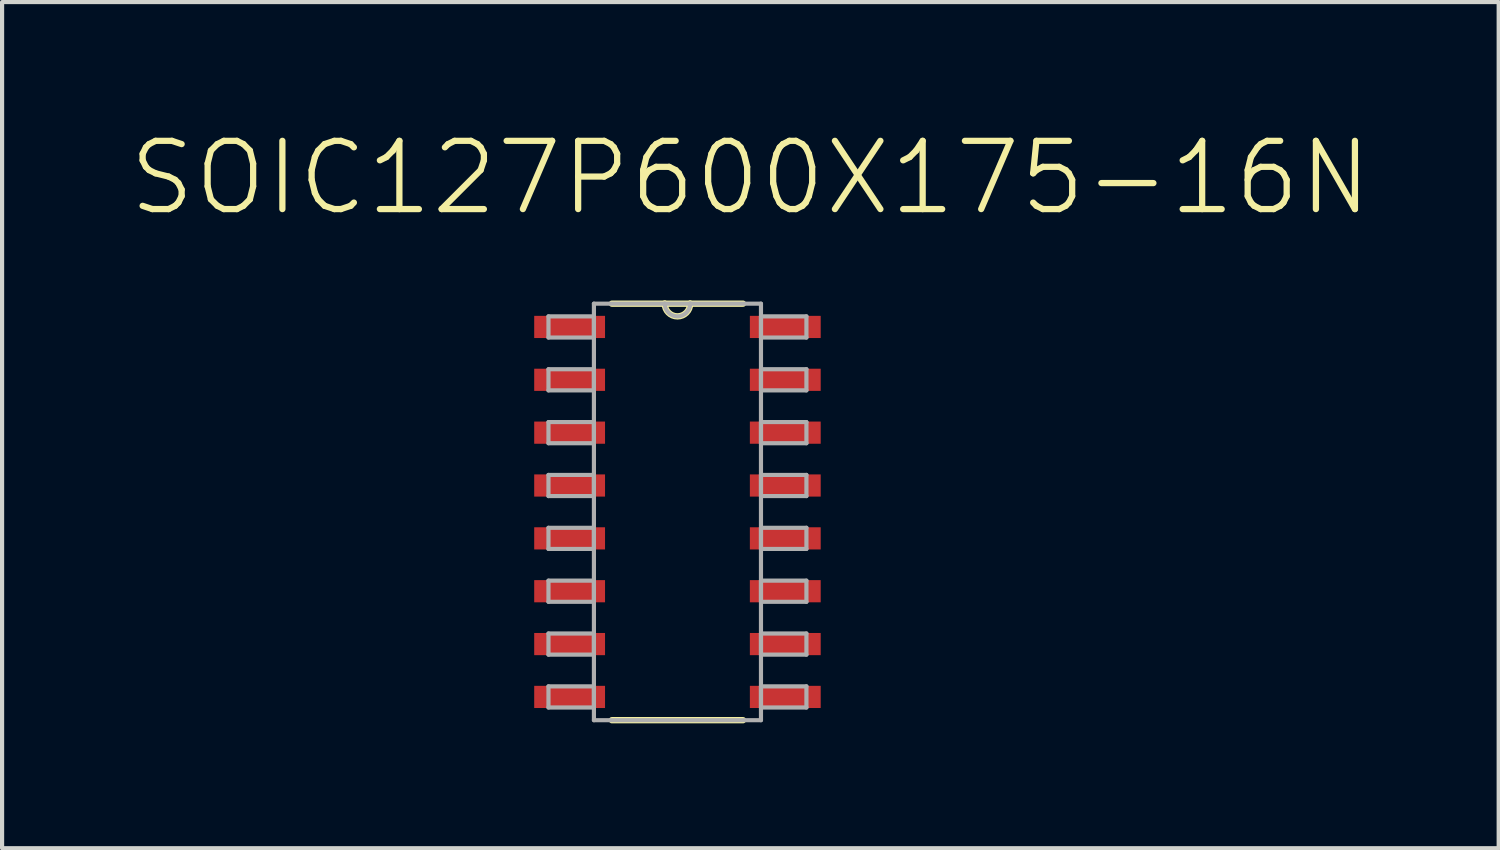
<source format=kicad_pcb>
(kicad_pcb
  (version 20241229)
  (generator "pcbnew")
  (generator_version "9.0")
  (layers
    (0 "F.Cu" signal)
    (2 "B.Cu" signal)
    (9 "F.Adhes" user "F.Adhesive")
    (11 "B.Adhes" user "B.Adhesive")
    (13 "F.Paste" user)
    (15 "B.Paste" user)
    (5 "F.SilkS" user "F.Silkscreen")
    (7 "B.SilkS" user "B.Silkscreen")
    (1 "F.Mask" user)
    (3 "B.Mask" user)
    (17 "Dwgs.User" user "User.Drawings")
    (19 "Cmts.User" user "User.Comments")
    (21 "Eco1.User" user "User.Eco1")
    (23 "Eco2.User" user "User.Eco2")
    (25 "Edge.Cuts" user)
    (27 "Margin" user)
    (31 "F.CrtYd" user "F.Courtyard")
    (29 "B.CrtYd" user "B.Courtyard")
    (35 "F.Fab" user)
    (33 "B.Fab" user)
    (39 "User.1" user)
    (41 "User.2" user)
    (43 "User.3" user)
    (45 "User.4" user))
  (footprint "SOIC127P600X175-16N"
    (layer "F.Cu")
    (at 13.228 9.251)
    (property "Reference" "SOIC127P600X175-16N" (at 1.753 -8.028 0) (layer "F.SilkS") (effects (font (size 1.64 1.64) (thickness 0.15))))
    (attr smd)
    (fp_line (start -1.575 5.004) (end 1.575 5.004) (stroke (width 0.152) (type solid)) (layer "F.SilkS"))
    (fp_line (start -0.305 -5.004) (end -1.575 -5.004) (stroke (width 0.152) (type solid)) (layer "F.SilkS"))
    (fp_line (start 0.305 -5.004) (end -0.305 -5.004) (stroke (width 0.152) (type solid)) (layer "F.SilkS"))
    (fp_line (start 1.575 -5.004) (end 0.305 -5.004) (stroke (width 0.152) (type solid)) (layer "F.SilkS"))
    (fp_arc (start 0.3048 -5.0038) (mid 0 -4.699) (end -0.3048 -5.0038) (stroke (width 0.1524) (type solid)) (layer "F.SilkS"))
    (fp_line (start -3.099 -4.699) (end -3.099 -4.191) (stroke (width 0.1) (type solid)) (layer "F.Fab"))
    (fp_line (start -3.099 -4.191) (end -2.007 -4.191) (stroke (width 0.1) (type solid)) (layer "F.Fab"))
    (fp_line (start -3.099 -3.429) (end -3.099 -2.921) (stroke (width 0.1) (type solid)) (layer "F.Fab"))
    (fp_line (start -3.099 -2.921) (end -2.007 -2.921) (stroke (width 0.1) (type solid)) (layer "F.Fab"))
    (fp_line (start -3.099 -2.159) (end -3.099 -1.651) (stroke (width 0.1) (type solid)) (layer "F.Fab"))
    (fp_line (start -3.099 -1.651) (end -2.007 -1.651) (stroke (width 0.1) (type solid)) (layer "F.Fab"))
    (fp_line (start -3.099 -0.889) (end -3.099 -0.381) (stroke (width 0.1) (type solid)) (layer "F.Fab"))
    (fp_line (start -3.099 -0.381) (end -2.007 -0.381) (stroke (width 0.1) (type solid)) (layer "F.Fab"))
    (fp_line (start -3.099 0.381) (end -3.099 0.889) (stroke (width 0.1) (type solid)) (layer "F.Fab"))
    (fp_line (start -3.099 0.889) (end -2.007 0.889) (stroke (width 0.1) (type solid)) (layer "F.Fab"))
    (fp_line (start -3.099 1.651) (end -3.099 2.159) (stroke (width 0.1) (type solid)) (layer "F.Fab"))
    (fp_line (start -3.099 2.159) (end -2.007 2.159) (stroke (width 0.1) (type solid)) (layer "F.Fab"))
    (fp_line (start -3.099 2.921) (end -3.099 3.429) (stroke (width 0.1) (type solid)) (layer "F.Fab"))
    (fp_line (start -3.099 3.429) (end -2.007 3.429) (stroke (width 0.1) (type solid)) (layer "F.Fab"))
    (fp_line (start -3.099 4.191) (end -3.099 4.699) (stroke (width 0.1) (type solid)) (layer "F.Fab"))
    (fp_line (start -3.099 4.699) (end -2.007 4.699) (stroke (width 0.1) (type solid)) (layer "F.Fab"))
    (fp_line (start -2.007 -5.004) (end -2.007 5.004) (stroke (width 0.1) (type solid)) (layer "F.Fab"))
    (fp_line (start -2.007 -4.699) (end -3.099 -4.699) (stroke (width 0.1) (type solid)) (layer "F.Fab"))
    (fp_line (start -2.007 -4.191) (end -2.007 -4.699) (stroke (width 0.1) (type solid)) (layer "F.Fab"))
    (fp_line (start -2.007 -3.429) (end -3.099 -3.429) (stroke (width 0.1) (type solid)) (layer "F.Fab"))
    (fp_line (start -2.007 -2.921) (end -2.007 -3.429) (stroke (width 0.1) (type solid)) (layer "F.Fab"))
    (fp_line (start -2.007 -2.159) (end -3.099 -2.159) (stroke (width 0.1) (type solid)) (layer "F.Fab"))
    (fp_line (start -2.007 -1.651) (end -2.007 -2.159) (stroke (width 0.1) (type solid)) (layer "F.Fab"))
    (fp_line (start -2.007 -0.889) (end -3.099 -0.889) (stroke (width 0.1) (type solid)) (layer "F.Fab"))
    (fp_line (start -2.007 -0.381) (end -2.007 -0.889) (stroke (width 0.1) (type solid)) (layer "F.Fab"))
    (fp_line (start -2.007 0.381) (end -3.099 0.381) (stroke (width 0.1) (type solid)) (layer "F.Fab"))
    (fp_line (start -2.007 0.889) (end -2.007 0.381) (stroke (width 0.1) (type solid)) (layer "F.Fab"))
    (fp_line (start -2.007 1.651) (end -3.099 1.651) (stroke (width 0.1) (type solid)) (layer "F.Fab"))
    (fp_line (start -2.007 2.159) (end -2.007 1.651) (stroke (width 0.1) (type solid)) (layer "F.Fab"))
    (fp_line (start -2.007 2.921) (end -3.099 2.921) (stroke (width 0.1) (type solid)) (layer "F.Fab"))
    (fp_line (start -2.007 3.429) (end -2.007 2.921) (stroke (width 0.1) (type solid)) (layer "F.Fab"))
    (fp_line (start -2.007 4.191) (end -3.099 4.191) (stroke (width 0.1) (type solid)) (layer "F.Fab"))
    (fp_line (start -2.007 4.699) (end -2.007 4.191) (stroke (width 0.1) (type solid)) (layer "F.Fab"))
    (fp_line (start -2.007 5.004) (end 2.007 5.004) (stroke (width 0.1) (type solid)) (layer "F.Fab"))
    (fp_line (start -0.305 -5.004) (end -2.007 -5.004) (stroke (width 0.1) (type solid)) (layer "F.Fab"))
    (fp_line (start 0.305 -5.004) (end -0.305 -5.004) (stroke (width 0.1) (type solid)) (layer "F.Fab"))
    (fp_line (start 2.007 -5.004) (end 0.305 -5.004) (stroke (width 0.1) (type solid)) (layer "F.Fab"))
    (fp_line (start 2.007 -4.699) (end 2.007 -4.191) (stroke (width 0.1) (type solid)) (layer "F.Fab"))
    (fp_line (start 2.007 -4.191) (end 3.099 -4.191) (stroke (width 0.1) (type solid)) (layer "F.Fab"))
    (fp_line (start 2.007 -3.429) (end 2.007 -2.921) (stroke (width 0.1) (type solid)) (layer "F.Fab"))
    (fp_line (start 2.007 -2.921) (end 3.099 -2.921) (stroke (width 0.1) (type solid)) (layer "F.Fab"))
    (fp_line (start 2.007 -2.159) (end 2.007 -1.651) (stroke (width 0.1) (type solid)) (layer "F.Fab"))
    (fp_line (start 2.007 -1.651) (end 3.099 -1.651) (stroke (width 0.1) (type solid)) (layer "F.Fab"))
    (fp_line (start 2.007 -0.889) (end 2.007 -0.381) (stroke (width 0.1) (type solid)) (layer "F.Fab"))
    (fp_line (start 2.007 -0.381) (end 3.099 -0.381) (stroke (width 0.1) (type solid)) (layer "F.Fab"))
    (fp_line (start 2.007 0.381) (end 2.007 0.889) (stroke (width 0.1) (type solid)) (layer "F.Fab"))
    (fp_line (start 2.007 0.889) (end 3.099 0.889) (stroke (width 0.1) (type solid)) (layer "F.Fab"))
    (fp_line (start 2.007 1.651) (end 2.007 2.159) (stroke (width 0.1) (type solid)) (layer "F.Fab"))
    (fp_line (start 2.007 2.159) (end 3.099 2.159) (stroke (width 0.1) (type solid)) (layer "F.Fab"))
    (fp_line (start 2.007 2.921) (end 2.007 3.429) (stroke (width 0.1) (type solid)) (layer "F.Fab"))
    (fp_line (start 2.007 3.429) (end 3.099 3.429) (stroke (width 0.1) (type solid)) (layer "F.Fab"))
    (fp_line (start 2.007 4.191) (end 2.007 4.699) (stroke (width 0.1) (type solid)) (layer "F.Fab"))
    (fp_line (start 2.007 4.699) (end 3.099 4.699) (stroke (width 0.1) (type solid)) (layer "F.Fab"))
    (fp_line (start 2.007 5.004) (end 2.007 -5.004) (stroke (width 0.1) (type solid)) (layer "F.Fab"))
    (fp_line (start 3.099 -4.699) (end 2.007 -4.699) (stroke (width 0.1) (type solid)) (layer "F.Fab"))
    (fp_line (start 3.099 -4.191) (end 3.099 -4.699) (stroke (width 0.1) (type solid)) (layer "F.Fab"))
    (fp_line (start 3.099 -3.429) (end 2.007 -3.429) (stroke (width 0.1) (type solid)) (layer "F.Fab"))
    (fp_line (start 3.099 -2.921) (end 3.099 -3.429) (stroke (width 0.1) (type solid)) (layer "F.Fab"))
    (fp_line (start 3.099 -2.159) (end 2.007 -2.159) (stroke (width 0.1) (type solid)) (layer "F.Fab"))
    (fp_line (start 3.099 -1.651) (end 3.099 -2.159) (stroke (width 0.1) (type solid)) (layer "F.Fab"))
    (fp_line (start 3.099 -0.889) (end 2.007 -0.889) (stroke (width 0.1) (type solid)) (layer "F.Fab"))
    (fp_line (start 3.099 -0.381) (end 3.099 -0.889) (stroke (width 0.1) (type solid)) (layer "F.Fab"))
    (fp_line (start 3.099 0.381) (end 2.007 0.381) (stroke (width 0.1) (type solid)) (layer "F.Fab"))
    (fp_line (start 3.099 0.889) (end 3.099 0.381) (stroke (width 0.1) (type solid)) (layer "F.Fab"))
    (fp_line (start 3.099 1.651) (end 2.007 1.651) (stroke (width 0.1) (type solid)) (layer "F.Fab"))
    (fp_line (start 3.099 2.159) (end 3.099 1.651) (stroke (width 0.1) (type solid)) (layer "F.Fab"))
    (fp_line (start 3.099 2.921) (end 2.007 2.921) (stroke (width 0.1) (type solid)) (layer "F.Fab"))
    (fp_line (start 3.099 3.429) (end 3.099 2.921) (stroke (width 0.1) (type solid)) (layer "F.Fab"))
    (fp_line (start 3.099 4.191) (end 2.007 4.191) (stroke (width 0.1) (type solid)) (layer "F.Fab"))
    (fp_line (start 3.099 4.699) (end 3.099 4.191) (stroke (width 0.1) (type solid)) (layer "F.Fab"))
    (fp_arc (start 0.3048 -5.0038) (mid 0 -4.699) (end -0.3048 -5.0038) (stroke (width 0.1) (type solid)) (layer "F.Fab"))
    (pad "1" smd rect (at -2.591 -4.445) (size 1.702 0.533) (layers "F.Cu" "F.Mask" "F.Paste"))
    (pad "2" smd rect (at -2.591 -3.175) (size 1.702 0.533) (layers "F.Cu" "F.Mask" "F.Paste"))
    (pad "3" smd rect (at -2.591 -1.905) (size 1.702 0.533) (layers "F.Cu" "F.Mask" "F.Paste"))
    (pad "4" smd rect (at -2.591 -0.635) (size 1.702 0.533) (layers "F.Cu" "F.Mask" "F.Paste"))
    (pad "5" smd rect (at -2.591 0.635) (size 1.702 0.533) (layers "F.Cu" "F.Mask" "F.Paste"))
    (pad "6" smd rect (at -2.591 1.905) (size 1.702 0.533) (layers "F.Cu" "F.Mask" "F.Paste"))
    (pad "7" smd rect (at -2.591 3.175) (size 1.702 0.533) (layers "F.Cu" "F.Mask" "F.Paste"))
    (pad "8" smd rect (at -2.591 4.445) (size 1.702 0.533) (layers "F.Cu" "F.Mask" "F.Paste"))
    (pad "9" smd rect (at 2.591 4.445) (size 1.702 0.533) (layers "F.Cu" "F.Mask" "F.Paste"))
    (pad "10" smd rect (at 2.591 3.175) (size 1.702 0.533) (layers "F.Cu" "F.Mask" "F.Paste"))
    (pad "11" smd rect (at 2.591 1.905) (size 1.702 0.533) (layers "F.Cu" "F.Mask" "F.Paste"))
    (pad "12" smd rect (at 2.591 0.635) (size 1.702 0.533) (layers "F.Cu" "F.Mask" "F.Paste"))
    (pad "13" smd rect (at 2.591 -0.635) (size 1.702 0.533) (layers "F.Cu" "F.Mask" "F.Paste"))
    (pad "14" smd rect (at 2.591 -1.905) (size 1.702 0.533) (layers "F.Cu" "F.Mask" "F.Paste"))
    (pad "15" smd rect (at 2.591 -3.175) (size 1.702 0.533) (layers "F.Cu" "F.Mask" "F.Paste"))
    (pad "16" smd rect (at 2.591 -4.445) (size 1.702 0.533) (layers "F.Cu" "F.Mask" "F.Paste")))
  (gr_rect
    (start -3 -3)
    (end 32.961 17.331)
    (stroke (width 0.1) (type default))
    (fill no)
    (layer "Edge.Cuts")))
</source>
